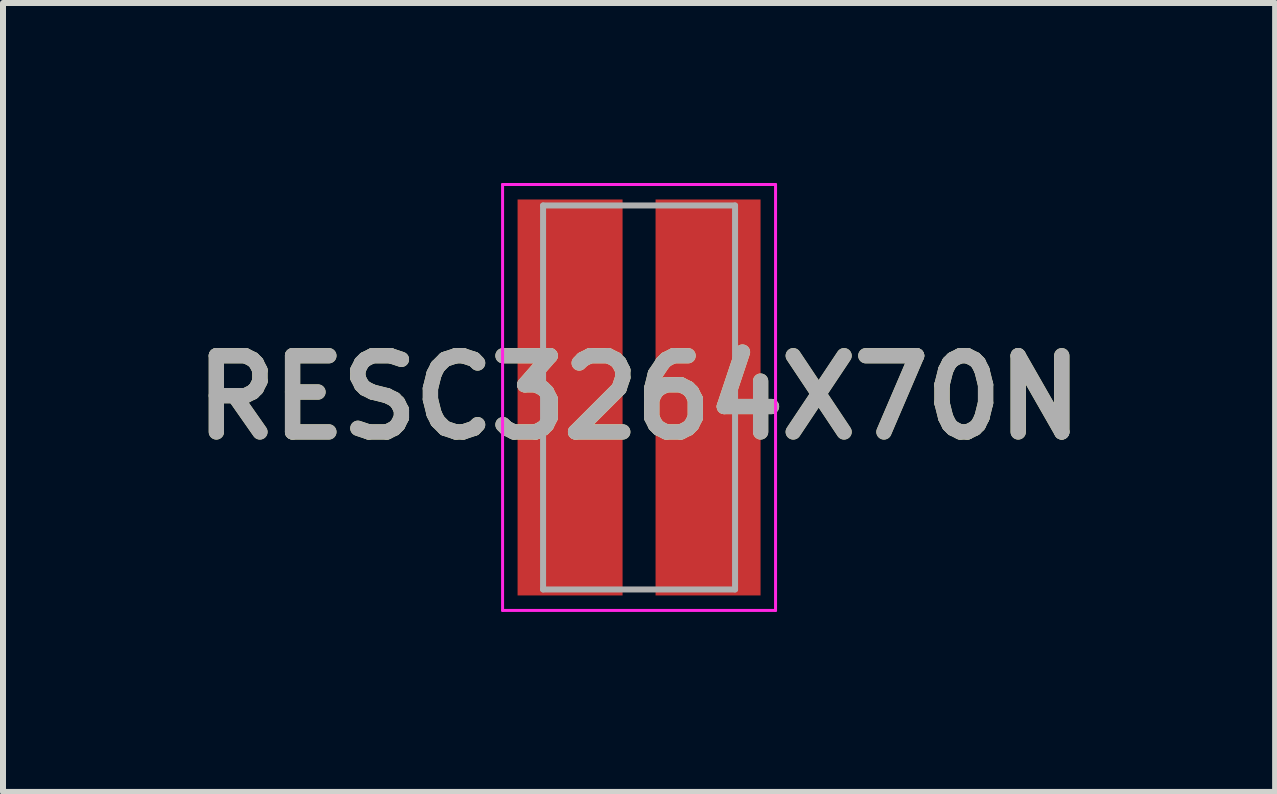
<source format=kicad_pcb>
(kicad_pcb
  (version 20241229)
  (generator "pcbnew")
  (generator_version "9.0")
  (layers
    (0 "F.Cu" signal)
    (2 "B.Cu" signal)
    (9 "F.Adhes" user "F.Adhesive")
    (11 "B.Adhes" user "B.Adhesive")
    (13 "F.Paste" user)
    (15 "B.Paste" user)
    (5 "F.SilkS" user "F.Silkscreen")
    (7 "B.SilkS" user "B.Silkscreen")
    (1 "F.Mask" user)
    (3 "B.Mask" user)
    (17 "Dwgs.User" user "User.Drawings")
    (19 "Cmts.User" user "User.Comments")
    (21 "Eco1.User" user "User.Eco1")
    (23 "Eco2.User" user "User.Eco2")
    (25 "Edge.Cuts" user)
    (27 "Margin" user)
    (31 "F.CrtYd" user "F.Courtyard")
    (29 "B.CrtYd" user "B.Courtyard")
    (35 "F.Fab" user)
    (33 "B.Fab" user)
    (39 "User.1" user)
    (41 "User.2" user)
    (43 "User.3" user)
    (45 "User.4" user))
  (footprint "RESC3264X70N"
    (layer "F.Cu")
    (at 7.602 3.575)
    (property "Reference" "RESC3264X70N" (at 0 0 0) (layer "F.SilkS") (effects (font (size 1.27 1.27) (thickness 0.254))))
    (attr smd)
    (fp_line (start -2.275 -3.55) (end 2.275 -3.55) (stroke (width 0.05) (type solid)) (layer "F.CrtYd"))
    (fp_line (start -2.275 3.55) (end -2.275 -3.55) (stroke (width 0.05) (type solid)) (layer "F.CrtYd"))
    (fp_line (start 2.275 -3.55) (end 2.275 3.55) (stroke (width 0.05) (type solid)) (layer "F.CrtYd"))
    (fp_line (start 2.275 3.55) (end -2.275 3.55) (stroke (width 0.05) (type solid)) (layer "F.CrtYd"))
    (fp_line (start -1.6 -3.2) (end 1.6 -3.2) (stroke (width 0.1) (type solid)) (layer "F.Fab"))
    (fp_line (start -1.6 3.2) (end -1.6 -3.2) (stroke (width 0.1) (type solid)) (layer "F.Fab"))
    (fp_line (start 1.6 -3.2) (end 1.6 3.2) (stroke (width 0.1) (type solid)) (layer "F.Fab"))
    (fp_line (start 1.6 3.2) (end -1.6 3.2) (stroke (width 0.1) (type solid)) (layer "F.Fab"))
    (fp_text user "${REFERENCE}" (at 0 0 0) (layer "F.Fab") (effects (font (size 1.27 1.27) (thickness 0.254))))
    (pad "1" smd rect (at -1.15 0) (size 1.75 6.6) (layers "F.Cu" "F.Mask" "F.Paste"))
    (pad "2" smd rect (at 1.15 0) (size 1.75 6.6) (layers "F.Cu" "F.Mask" "F.Paste")))
  (gr_rect
    (start -3 -3)
    (end 18.204 10.15)
    (stroke (width 0.1) (type default))
    (fill no)
    (layer "Edge.Cuts")))
</source>
